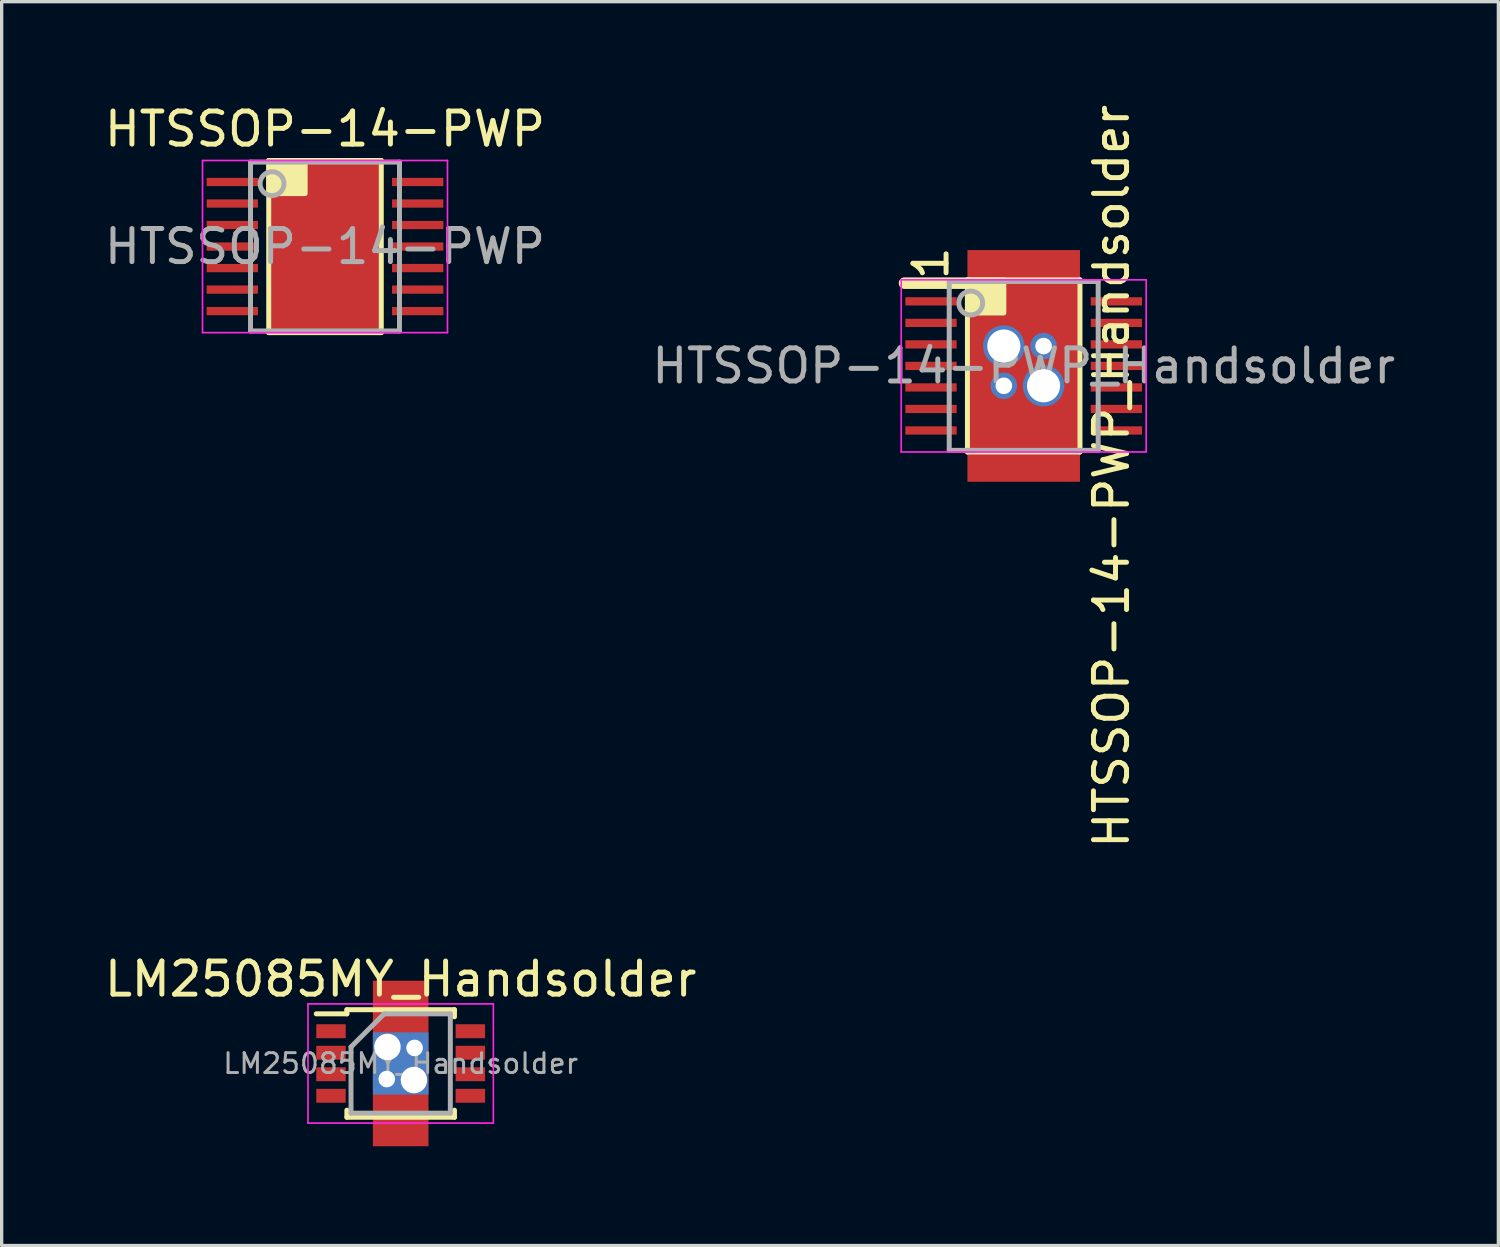
<source format=kicad_pcb>
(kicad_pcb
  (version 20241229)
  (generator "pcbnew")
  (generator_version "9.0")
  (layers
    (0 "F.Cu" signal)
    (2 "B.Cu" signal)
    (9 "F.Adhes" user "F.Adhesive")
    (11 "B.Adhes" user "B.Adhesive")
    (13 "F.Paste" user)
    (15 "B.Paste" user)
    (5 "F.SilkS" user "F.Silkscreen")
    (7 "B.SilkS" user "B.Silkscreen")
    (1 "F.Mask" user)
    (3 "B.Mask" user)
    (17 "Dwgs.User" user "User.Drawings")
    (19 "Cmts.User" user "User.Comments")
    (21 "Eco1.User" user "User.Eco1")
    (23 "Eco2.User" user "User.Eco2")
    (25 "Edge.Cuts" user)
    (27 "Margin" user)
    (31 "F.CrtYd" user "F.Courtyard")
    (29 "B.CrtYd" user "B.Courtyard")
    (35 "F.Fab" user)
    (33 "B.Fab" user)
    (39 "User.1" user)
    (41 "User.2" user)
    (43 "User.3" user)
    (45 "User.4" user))
  (footprint "HTSSOP-14-PWP"
    (layer "F.Cu")
    (at 6.768 4.398)
    (property "Reference" "HTSSOP-14-PWP" (at 0 -3.55 0) (layer "F.SilkS") (effects (font (size 1 1) (thickness 0.15))))
    (attr smd)
    (fp_line (start -1.7 -2.6) (end -1.7 2.6) (stroke (width 0.15) (type solid)) (layer "F.SilkS"))
    (fp_line (start -1.7 2.6) (end 1.7 2.6) (stroke (width 0.15) (type solid)) (layer "F.SilkS"))
    (fp_line (start 1.7 -2.6) (end -1.7 -2.6) (stroke (width 0.15) (type solid)) (layer "F.SilkS"))
    (fp_line (start 1.7 2.6) (end 1.7 -2.6) (stroke (width 0.15) (type solid)) (layer "F.SilkS"))
    (fp_poly (pts (xy -1.7 -1.6) (xy -0.6 -1.6) (xy -0.6 -2.6) (xy -1.7 -2.6)) (stroke (width 0.15) (type solid)) (fill yes) (layer "F.SilkS"))
    (fp_line (start -3.7 -2.6) (end -3.7 2.6) (stroke (width 0.05) (type solid)) (layer "F.CrtYd"))
    (fp_line (start -3.7 -2.6) (end 3.7 -2.6) (stroke (width 0.05) (type solid)) (layer "F.CrtYd"))
    (fp_line (start -3.7 2.6) (end 3.7 2.6) (stroke (width 0.05) (type solid)) (layer "F.CrtYd"))
    (fp_line (start 3.7 -2.6) (end 3.7 2.6) (stroke (width 0.05) (type solid)) (layer "F.CrtYd"))
    (fp_line (start -2.25 -2.55) (end 2.25 -2.55) (stroke (width 0.15) (type solid)) (layer "F.Fab"))
    (fp_line (start -2.25 2.55) (end -2.25 -2.55) (stroke (width 0.15) (type solid)) (layer "F.Fab"))
    (fp_line (start 2.25 -2.55) (end 2.25 2.55) (stroke (width 0.15) (type solid)) (layer "F.Fab"))
    (fp_line (start 2.25 2.55) (end -2.25 2.55) (stroke (width 0.15) (type solid)) (layer "F.Fab"))
    (fp_circle (center -1.6 -1.9) (end -1.4 -1.6) (stroke (width 0.15) (type solid)) (fill no) (layer "F.Fab"))
    (fp_text user "${REFERENCE}" (at 0 0 0) (layer "F.Fab") (effects (font (size 1 1) (thickness 0.15))))
    (pad "" smd rect (at 0 0) (size 2.46 2.31) (layers "F.Mask" "F.Paste"))
    (pad "1" smd rect (at -2.8 -1.95) (size 1.55 0.25) (layers "F.Cu" "F.Mask" "F.Paste"))
    (pad "2" smd rect (at -2.8 -1.3) (size 1.55 0.25) (layers "F.Cu" "F.Mask" "F.Paste"))
    (pad "3" smd rect (at -2.8 -0.65) (size 1.55 0.25) (layers "F.Cu" "F.Mask" "F.Paste"))
    (pad "4" smd rect (at -2.8 0) (size 1.55 0.25) (layers "F.Cu" "F.Mask" "F.Paste"))
    (pad "5" smd rect (at -2.8 0.65) (size 1.55 0.25) (layers "F.Cu" "F.Mask" "F.Paste"))
    (pad "6" smd rect (at -2.8 1.3) (size 1.55 0.25) (layers "F.Cu" "F.Mask" "F.Paste"))
    (pad "7" smd rect (at -2.8 1.95) (size 1.55 0.25) (layers "F.Cu" "F.Mask" "F.Paste"))
    (pad "8" smd rect (at 2.8 1.95) (size 1.55 0.25) (layers "F.Cu" "F.Mask" "F.Paste"))
    (pad "9" smd rect (at 2.8 1.3) (size 1.55 0.25) (layers "F.Cu" "F.Mask" "F.Paste"))
    (pad "10" smd rect (at 2.8 0.65) (size 1.55 0.25) (layers "F.Cu" "F.Mask" "F.Paste"))
    (pad "11" smd rect (at 2.8 0) (size 1.55 0.25) (layers "F.Cu" "F.Mask" "F.Paste"))
    (pad "12" smd rect (at 2.8 -0.65) (size 1.55 0.25) (layers "F.Cu" "F.Mask" "F.Paste"))
    (pad "13" smd rect (at 2.8 -1.3) (size 1.55 0.25) (layers "F.Cu" "F.Mask" "F.Paste"))
    (pad "14" smd rect (at 2.8 -1.95) (size 1.55 0.25) (layers "F.Cu" "F.Mask" "F.Paste"))
    (pad "15" smd rect (at 0 0) (size 3.4 5) (layers "F.Cu")))
  (footprint "HTSSOP-14-PWP_Handsolder"
    (layer "F.Cu")
    (at 27.875 8.004)
    (property "Reference" "HTSSOP-14-PWP_Handsolder" (at 2.652 3.335 90) (layer "F.SilkS") (effects (font (size 1 1) (thickness 0.15))))
    (attr smd)
    (fp_line (start -1.7 -2.6) (end -1.7 2.6) (stroke (width 0.15) (type solid)) (layer "F.SilkS"))
    (fp_line (start -1.7 2.6) (end 1.7 2.6) (stroke (width 0.15) (type solid)) (layer "F.SilkS"))
    (fp_line (start -1.6 -2.5) (end -3.6 -2.5) (stroke (width 0.35) (type solid)) (layer "F.SilkS"))
    (fp_line (start 1.7 -2.6) (end -1.7 -2.6) (stroke (width 0.15) (type solid)) (layer "F.SilkS"))
    (fp_line (start 1.7 2.6) (end 1.7 -2.6) (stroke (width 0.15) (type solid)) (layer "F.SilkS"))
    (fp_poly (pts (xy -1.7 -1.6) (xy -0.6 -1.6) (xy -0.6 -2.6) (xy -1.7 -2.6)) (stroke (width 0.15) (type solid)) (fill yes) (layer "F.SilkS"))
    (fp_line (start -3.7 -2.6) (end -3.7 2.6) (stroke (width 0.05) (type solid)) (layer "F.CrtYd"))
    (fp_line (start -3.7 -2.6) (end 3.7 -2.6) (stroke (width 0.05) (type solid)) (layer "F.CrtYd"))
    (fp_line (start -3.7 2.6) (end 3.7 2.6) (stroke (width 0.05) (type solid)) (layer "F.CrtYd"))
    (fp_line (start 3.7 -2.6) (end 3.7 2.6) (stroke (width 0.05) (type solid)) (layer "F.CrtYd"))
    (fp_line (start -2.25 -2.55) (end 2.25 -2.55) (stroke (width 0.15) (type solid)) (layer "F.Fab"))
    (fp_line (start -2.25 2.55) (end -2.25 -2.55) (stroke (width 0.15) (type solid)) (layer "F.Fab"))
    (fp_line (start 2.25 -2.55) (end 2.25 2.55) (stroke (width 0.15) (type solid)) (layer "F.Fab"))
    (fp_line (start 2.25 2.55) (end -2.25 2.55) (stroke (width 0.15) (type solid)) (layer "F.Fab"))
    (fp_circle (center -1.6 -1.9) (end -1.4 -1.6) (stroke (width 0.15) (type solid)) (fill no) (layer "F.Fab"))
    (fp_text user "1" (at -2.8 -3.1 90) (layer "F.SilkS") (effects (font (size 1 1) (thickness 0.15))))
    (fp_text user "${REFERENCE}" (at 0 0 0) (layer "F.Fab") (effects (font (size 1 1) (thickness 0.15))))
    (pad "" smd rect (at 0 0) (size 2.46 7) (layers "F.Mask" "F.Paste"))
    (pad "" smd rect (at 0 0) (size 2.5 2.5) (layers "B.Mask" "F.Paste"))
    (pad "1" smd rect (at -2.8 -1.95) (size 1.55 0.25) (layers "F.Cu" "F.Mask" "F.Paste"))
    (pad "2" smd rect (at -2.8 -1.3) (size 1.55 0.25) (layers "F.Cu" "F.Mask" "F.Paste"))
    (pad "3" smd rect (at -2.8 -0.65) (size 1.55 0.25) (layers "F.Cu" "F.Mask" "F.Paste"))
    (pad "4" smd rect (at -2.8 0) (size 1.55 0.25) (layers "F.Cu" "F.Mask" "F.Paste"))
    (pad "5" smd rect (at -2.8 0.65) (size 1.55 0.25) (layers "F.Cu" "F.Mask" "F.Paste"))
    (pad "6" smd rect (at -2.8 1.3) (size 1.55 0.25) (layers "F.Cu" "F.Mask" "F.Paste"))
    (pad "7" smd rect (at -2.8 1.95) (size 1.55 0.25) (layers "F.Cu" "F.Mask" "F.Paste"))
    (pad "8" smd rect (at 2.8 1.95) (size 1.55 0.25) (layers "F.Cu" "F.Mask" "F.Paste"))
    (pad "9" smd rect (at 2.8 1.3) (size 1.55 0.25) (layers "F.Cu" "F.Mask" "F.Paste"))
    (pad "10" smd rect (at 2.8 0.65) (size 1.55 0.25) (layers "F.Cu" "F.Mask" "F.Paste"))
    (pad "11" smd rect (at 2.8 0) (size 1.55 0.25) (layers "F.Cu" "F.Mask" "F.Paste"))
    (pad "12" smd rect (at 2.8 -0.65) (size 1.55 0.25) (layers "F.Cu" "F.Mask" "F.Paste"))
    (pad "13" smd rect (at 2.8 -1.3) (size 1.55 0.25) (layers "F.Cu" "F.Mask" "F.Paste"))
    (pad "14" smd rect (at 2.8 -1.95) (size 1.55 0.25) (layers "F.Cu" "F.Mask" "F.Paste"))
    (pad "15" thru_hole circle (at -0.6 -0.6) (size 1.25 1.25) (drill 1) (layers "*.Cu" "*.Mask"))
    (pad "15" thru_hole circle (at -0.6 0.6) (size 0.8 0.8) (drill 0.5) (layers "*.Cu" "*.Mask"))
    (pad "15" smd rect (at 0 0) (size 3.4 7) (layers "F.Cu"))
    (pad "15" thru_hole circle (at 0.6 -0.6) (size 0.8 0.8) (drill 0.5) (layers "*.Cu" "*.Mask"))
    (pad "15" thru_hole circle (at 0.6 0.6) (size 1.25 1.25) (drill 1) (layers "*.Cu" "*.Mask")))
  (footprint "LM25085MY_Handsolder"
    (layer "F.Cu")
    (at 9.054 29.077)
    (property "Reference" "LM25085MY_Handsolder" (at 0 -2.55 0) (layer "F.SilkS") (effects (font (size 1 1) (thickness 0.15))))
    (attr smd)
    (fp_line (start -1.625 -1.625) (end -1.625 -1.5) (stroke (width 0.15) (type solid)) (layer "F.SilkS"))
    (fp_line (start -1.625 -1.625) (end 1.625 -1.625) (stroke (width 0.15) (type solid)) (layer "F.SilkS"))
    (fp_line (start -1.625 -1.5) (end -2.55 -1.5) (stroke (width 0.15) (type solid)) (layer "F.SilkS"))
    (fp_line (start -1.625 1.625) (end -1.625 1.41) (stroke (width 0.15) (type solid)) (layer "F.SilkS"))
    (fp_line (start -1.625 1.625) (end 1.625 1.625) (stroke (width 0.15) (type solid)) (layer "F.SilkS"))
    (fp_line (start 1.625 -1.625) (end 1.625 -1.41) (stroke (width 0.15) (type solid)) (layer "F.SilkS"))
    (fp_line (start 1.625 1.625) (end 1.625 1.41) (stroke (width 0.15) (type solid)) (layer "F.SilkS"))
    (fp_line (start -2.8 -1.8) (end -2.8 1.8) (stroke (width 0.05) (type solid)) (layer "F.CrtYd"))
    (fp_line (start -2.8 -1.8) (end 2.8 -1.8) (stroke (width 0.05) (type solid)) (layer "F.CrtYd"))
    (fp_line (start -2.8 1.8) (end 2.8 1.8) (stroke (width 0.05) (type solid)) (layer "F.CrtYd"))
    (fp_line (start 2.8 -1.8) (end 2.8 1.8) (stroke (width 0.05) (type solid)) (layer "F.CrtYd"))
    (fp_line (start -1.5 -0.5) (end -0.5 -1.5) (stroke (width 0.15) (type solid)) (layer "F.Fab"))
    (fp_line (start -1.5 1.5) (end -1.5 -0.5) (stroke (width 0.15) (type solid)) (layer "F.Fab"))
    (fp_line (start -0.5 -1.5) (end 1.5 -1.5) (stroke (width 0.15) (type solid)) (layer "F.Fab"))
    (fp_line (start 1.5 -1.5) (end 1.5 1.5) (stroke (width 0.15) (type solid)) (layer "F.Fab"))
    (fp_line (start 1.5 1.5) (end -1.5 1.5) (stroke (width 0.15) (type solid)) (layer "F.Fab"))
    (fp_text user "${REFERENCE}" (at 0 0 0) (layer "F.Fab") (effects (font (size 0.6 0.6) (thickness 0.09))))
    (pad "" smd rect (at -0.42 -0.47) (size 0.66 0.76) (layers "F.Paste"))
    (pad "" smd rect (at -0.42 0.47) (size 0.66 0.76) (layers "F.Paste"))
    (pad "" smd rect (at 0.42 -0.47) (size 0.66 0.76) (layers "F.Paste"))
    (pad "" smd rect (at 0.42 0.47) (size 0.66 0.76) (layers "F.Paste"))
    (pad "1" smd rect (at -2.105 -0.975) (size 0.89 0.42) (layers "F.Cu" "F.Mask" "F.Paste"))
    (pad "2" smd rect (at -2.105 -0.325) (size 0.89 0.42) (layers "F.Cu" "F.Mask" "F.Paste"))
    (pad "3" smd rect (at -2.105 0.325) (size 0.89 0.42) (layers "F.Cu" "F.Mask" "F.Paste"))
    (pad "4" smd rect (at -2.105 0.975) (size 0.89 0.42) (layers "F.Cu" "F.Mask" "F.Paste"))
    (pad "5" smd rect (at 2.105 0.975) (size 0.89 0.42) (layers "F.Cu" "F.Mask" "F.Paste"))
    (pad "6" smd rect (at 2.105 0.325) (size 0.89 0.42) (layers "F.Cu" "F.Mask" "F.Paste"))
    (pad "7" smd rect (at 2.105 -0.325) (size 0.89 0.42) (layers "F.Cu" "F.Mask" "F.Paste"))
    (pad "8" smd rect (at 2.105 -0.975) (size 0.89 0.42) (layers "F.Cu" "F.Mask" "F.Paste"))
    (pad "9" thru_hole circle (at -0.42 0.47) (size 0.55 0.55) (drill 0.5) (layers "*.Cu" "*.Mask"))
    (pad "9" thru_hole circle (at -0.4 -0.5) (size 0.85 0.85) (drill 0.8) (layers "*.Cu" "*.Mask"))
    (pad "9" smd rect (at 0 0) (size 1.68 1.88) (layers "B.Cu" "B.Mask"))
    (pad "9" smd rect (at 0 0) (size 1.68 5) (layers "F.Cu" "F.Mask"))
    (pad "9" thru_hole circle (at 0.4 0.5) (size 0.85 0.85) (drill 0.8) (layers "*.Cu" "*.Mask"))
    (pad "9" thru_hole circle (at 0.42 -0.47) (size 0.55 0.55) (drill 0.5) (layers "*.Cu" "*.Mask")))
  (gr_rect
    (start -3 -3)
    (end 42.214 34.577)
    (stroke (width 0.1) (type default))
    (fill no)
    (layer "Edge.Cuts")))
</source>
